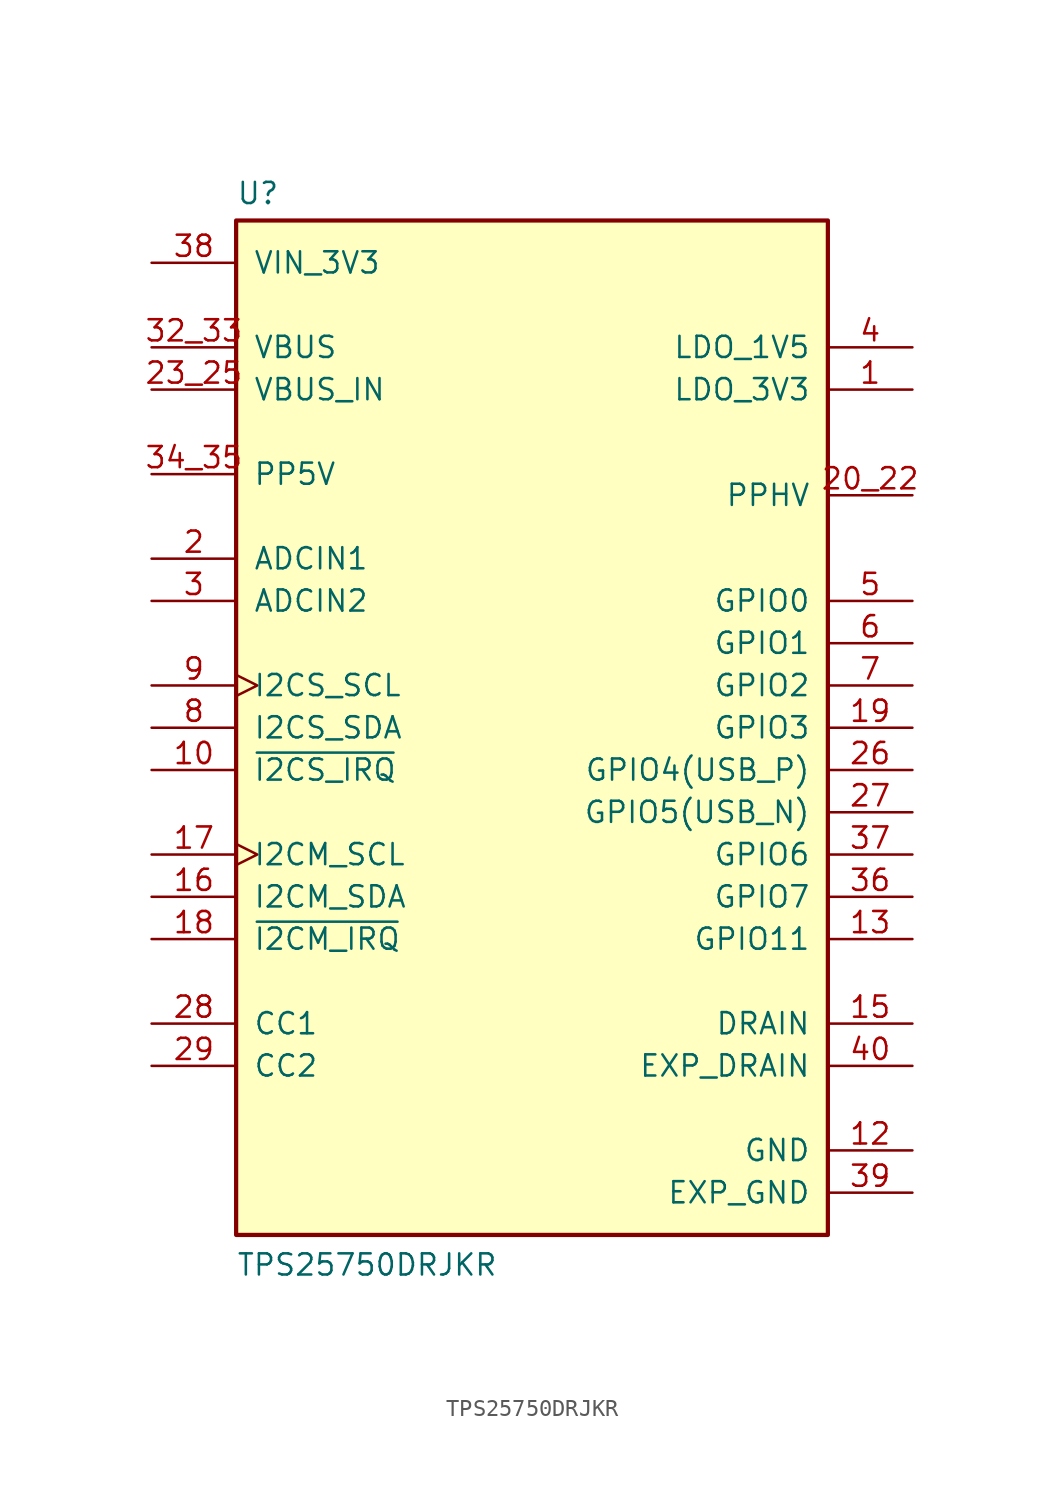
<source format=kicad_sym>
(kicad_symbol_lib
  (version 20231120)
  (generator "kicad_symbol_editor")
  (generator_version "8.99")
  (symbol "TPS25750DRJKR"
    (pin_names
      (offset 1.016))
    (property "Reference" "U"
      (at -17.78 31.369 0)
      (effects (font (size 1.27 1.27)) (justify left bottom)))
    (property "Value" "TPS25750DRJKR"
      (at -17.78 -33.02 0)
      (effects (font (size 1.27 1.27)) (justify left bottom)))
    (symbol "TPS25750DRJKR_0_0"
      (rectangle (start -17.78 -30.48) (end 17.78 30.48) (stroke (width 0.254) (type default)) (fill (type background)))
      (pin output line (at 22.86 20.32 180) (length 5.08) (name "LDO_3V3" (effects (font (size 1.27 1.27)))) (number "1" (effects (font (size 1.27 1.27)))))
      (pin output line (at -22.86 -2.54 0) (length 5.08) (name "~{I2CS_IRQ}" (effects (font (size 1.27 1.27)))) (number "10" (effects (font (size 1.27 1.27)))))
      (pin power_in line (at 22.86 -25.4 180) (length 5.08) (name "GND" (effects (font (size 1.27 1.27)))) (number "12" (effects (font (size 1.27 1.27)))))
      (pin output line (at 22.86 -12.7 180) (length 5.08) (name "GPIO11" (effects (font (size 1.27 1.27)))) (number "13" (effects (font (size 1.27 1.27)))))
      (pin passive line (at 22.86 -17.78 180) (length 5.08) (name "DRAIN" (effects (font (size 1.27 1.27)))) (number "15" (effects (font (size 1.27 1.27)))))
      (pin bidirectional line (at -22.86 -10.16 0) (length 5.08) (name "I2CM_SDA" (effects (font (size 1.27 1.27)))) (number "16" (effects (font (size 1.27 1.27)))))
      (pin output clock (at -22.86 -7.62 0) (length 5.08) (name "I2CM_SCL" (effects (font (size 1.27 1.27)))) (number "17" (effects (font (size 1.27 1.27)))))
      (pin input line (at -22.86 -12.7 0) (length 5.08) (name "~{I2CM_IRQ}" (effects (font (size 1.27 1.27)))) (number "18" (effects (font (size 1.27 1.27)))))
      (pin output line (at 22.86 0 180) (length 5.08) (name "GPIO3" (effects (font (size 1.27 1.27)))) (number "19" (effects (font (size 1.27 1.27)))))
      (pin input line (at -22.86 10.16 0) (length 5.08) (name "ADCIN1" (effects (font (size 1.27 1.27)))) (number "2" (effects (font (size 1.27 1.27)))))
      (pin bidirectional line (at 22.86 -2.54 180) (length 5.08) (name "GPIO4(USB_P)" (effects (font (size 1.27 1.27)))) (number "26" (effects (font (size 1.27 1.27)))))
      (pin bidirectional line (at 22.86 -5.08 180) (length 5.08) (name "GPIO5(USB_N)" (effects (font (size 1.27 1.27)))) (number "27" (effects (font (size 1.27 1.27)))))
      (pin bidirectional line (at -22.86 -17.78 0) (length 5.08) (name "CC1" (effects (font (size 1.27 1.27)))) (number "28" (effects (font (size 1.27 1.27)))))
      (pin bidirectional line (at -22.86 -20.32 0) (length 5.08) (name "CC2" (effects (font (size 1.27 1.27)))) (number "29" (effects (font (size 1.27 1.27)))))
      (pin input line (at -22.86 7.62 0) (length 5.08) (name "ADCIN2" (effects (font (size 1.27 1.27)))) (number "3" (effects (font (size 1.27 1.27)))))
      (pin output line (at 22.86 -10.16 180) (length 5.08) (name "GPIO7" (effects (font (size 1.27 1.27)))) (number "36" (effects (font (size 1.27 1.27)))))
      (pin output line (at 22.86 -7.62 180) (length 5.08) (name "GPIO6" (effects (font (size 1.27 1.27)))) (number "37" (effects (font (size 1.27 1.27)))))
      (pin input line (at -22.86 27.94 0) (length 5.08) (name "VIN_3V3" (effects (font (size 1.27 1.27)))) (number "38" (effects (font (size 1.27 1.27)))))
      (pin power_in line (at 22.86 -27.94 180) (length 5.08) (name "EXP_GND" (effects (font (size 1.27 1.27)))) (number "39" (effects (font (size 1.27 1.27)))))
      (pin output line (at 22.86 22.86 180) (length 5.08) (name "LDO_1V5" (effects (font (size 1.27 1.27)))) (number "4" (effects (font (size 1.27 1.27)))))
      (pin passive line (at 22.86 -20.32 180) (length 5.08) (name "EXP_DRAIN" (effects (font (size 1.27 1.27)))) (number "40" (effects (font (size 1.27 1.27)))))
      (pin bidirectional line (at 22.86 7.62 180) (length 5.08) (name "GPIO0" (effects (font (size 1.27 1.27)))) (number "5" (effects (font (size 1.27 1.27)))))
      (pin bidirectional line (at 22.86 5.08 180) (length 5.08) (name "GPIO1" (effects (font (size 1.27 1.27)))) (number "6" (effects (font (size 1.27 1.27)))))
      (pin output line (at 22.86 2.54 180) (length 5.08) (name "GPIO2" (effects (font (size 1.27 1.27)))) (number "7" (effects (font (size 1.27 1.27)))))
      (pin bidirectional line (at -22.86 0 0) (length 5.08) (name "I2CS_SDA" (effects (font (size 1.27 1.27)))) (number "8" (effects (font (size 1.27 1.27)))))
      (pin input clock (at -22.86 2.54 0) (length 5.08) (name "I2CS_SCL" (effects (font (size 1.27 1.27)))) (number "9" (effects (font (size 1.27 1.27))))))
    (symbol "TPS25750DRJKR_1_0"
      (pin power_in line (at 22.86 -25.4 180) (length 5.08) hide (name "GND" (effects (font (size 1.27 1.27)))) (number "11" (effects (font (size 1.27 1.27)))))
      (pin power_in line (at 22.86 -25.4 180) (length 5.08) hide (name "GND" (effects (font (size 1.27 1.27)))) (number "14" (effects (font (size 1.27 1.27)))))
      (pin bidirectional line (at 22.86 13.97 180) (length 5.08) (name "PPHV" (effects (font (size 1.27 1.27)))) (number "20_22" (effects (font (size 1.27 1.27)))))
      (pin input line (at -22.86 20.32 0) (length 5.08) (name "VBUS_IN" (effects (font (size 1.27 1.27)))) (number "23_25" (effects (font (size 1.27 1.27)))))
      (pin passive line (at 22.86 -17.78 180) (length 5.08) hide (name "DRAIN" (effects (font (size 1.27 1.27)))) (number "30" (effects (font (size 1.27 1.27)))))
      (pin power_in line (at 22.86 -25.4 180) (length 5.08) hide (name "GND" (effects (font (size 1.27 1.27)))) (number "31" (effects (font (size 1.27 1.27)))))
      (pin input line (at -22.86 22.86 0) (length 5.08) (name "VBUS" (effects (font (size 1.27 1.27)))) (number "32_33" (effects (font (size 1.27 1.27)))))
      (pin input line (at -22.86 15.24 0) (length 5.08) (name "PP5V" (effects (font (size 1.27 1.27)))) (number "34_35" (effects (font (size 1.27 1.27))))))))
</source>
